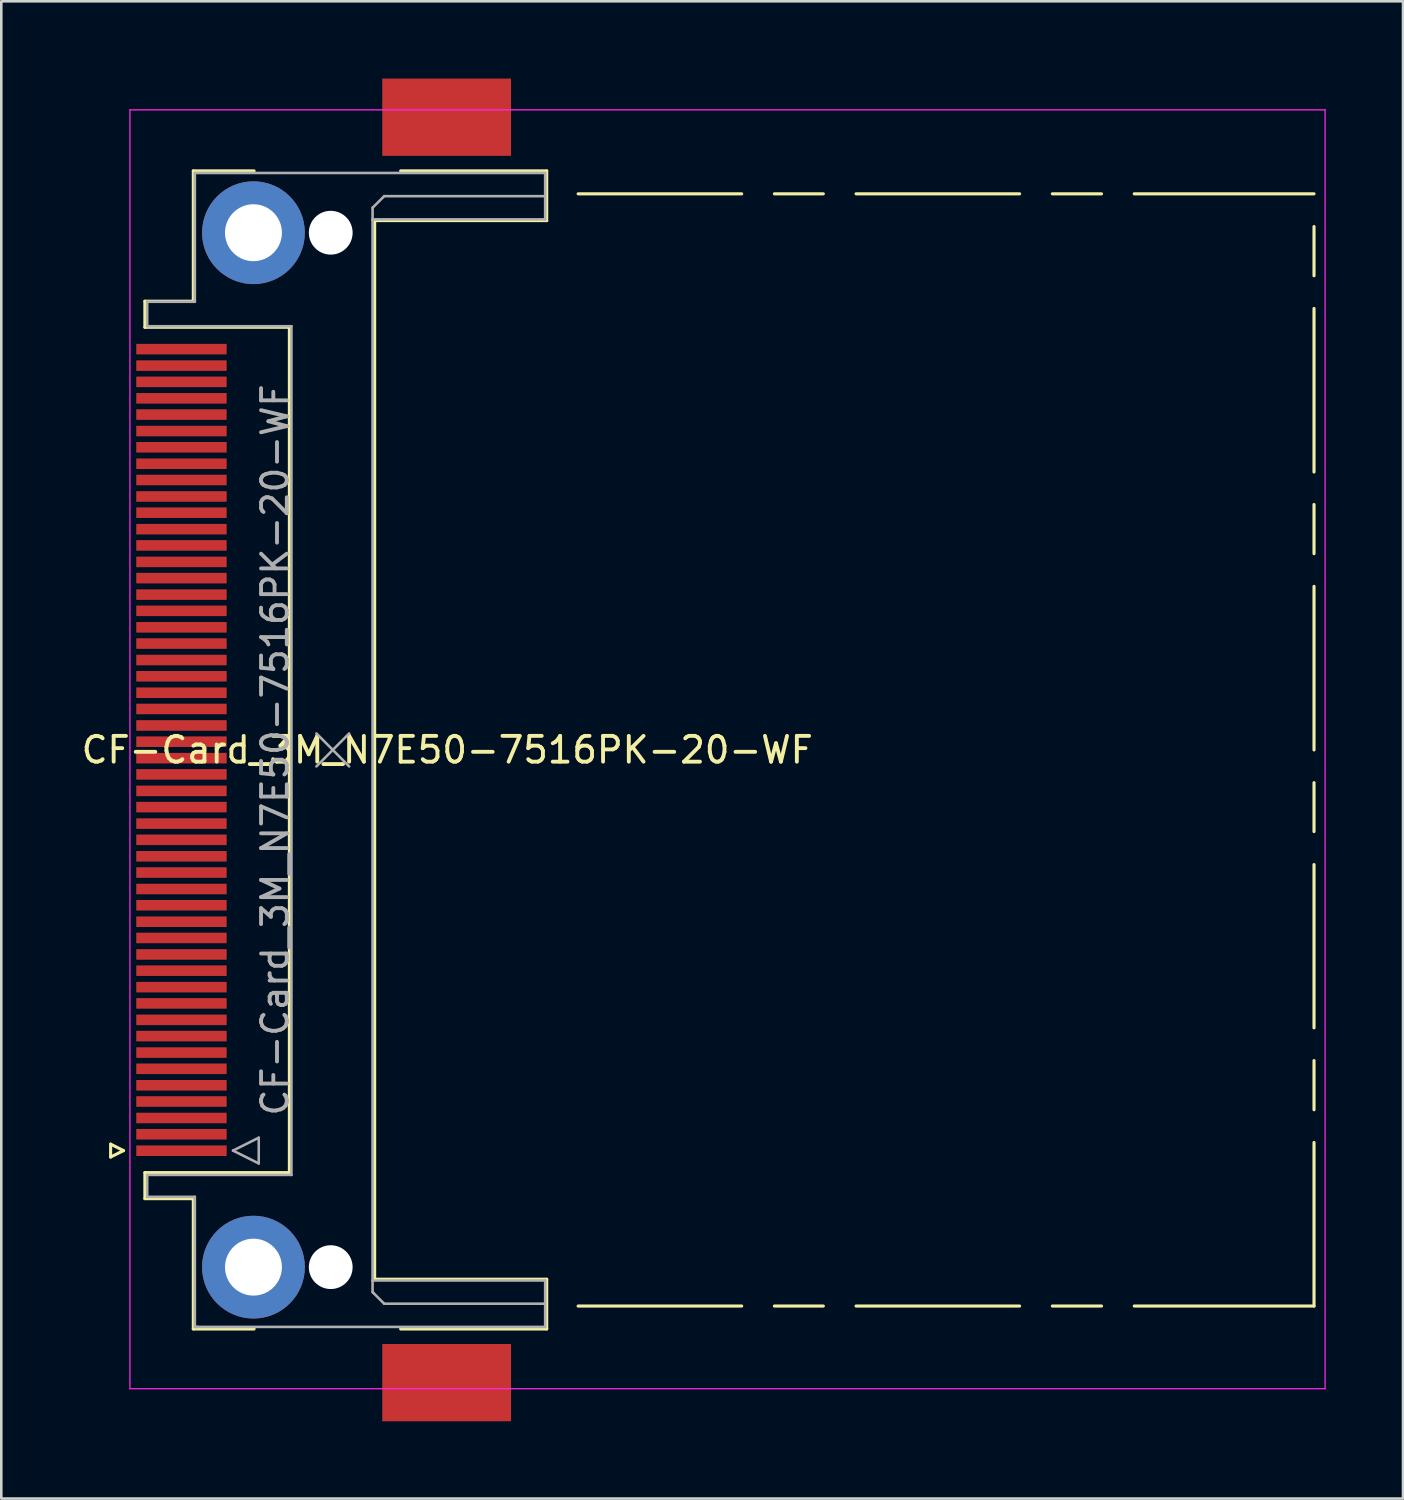
<source format=kicad_pcb>
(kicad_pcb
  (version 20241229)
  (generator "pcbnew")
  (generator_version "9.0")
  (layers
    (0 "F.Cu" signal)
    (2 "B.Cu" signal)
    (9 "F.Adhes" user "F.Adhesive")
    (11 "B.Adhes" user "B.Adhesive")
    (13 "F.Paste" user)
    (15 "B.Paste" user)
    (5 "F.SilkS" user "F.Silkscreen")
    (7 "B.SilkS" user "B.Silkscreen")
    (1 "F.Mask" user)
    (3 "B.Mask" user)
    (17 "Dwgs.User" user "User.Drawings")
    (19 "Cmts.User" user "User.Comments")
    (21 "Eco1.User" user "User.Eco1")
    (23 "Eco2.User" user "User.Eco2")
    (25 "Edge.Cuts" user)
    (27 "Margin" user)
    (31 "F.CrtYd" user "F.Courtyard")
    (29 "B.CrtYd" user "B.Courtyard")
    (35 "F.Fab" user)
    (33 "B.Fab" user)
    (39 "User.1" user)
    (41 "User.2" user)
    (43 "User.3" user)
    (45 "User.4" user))
  (footprint "CF-Card_3M_N7E50-7516PK-20-WF"
    (layer "F.Cu")
    (at 7.095 26.065)
    (property "Reference" "CF-Card_3M_N7E50-7516PK-20-WF" (at 7.22 0 180) (layer "F.SilkS") (effects (font (size 1 1) (thickness 0.15))))
    (attr smd)
    (fp_line (start -5.85 15.305) (end -5.85 15.805) (stroke (width 0.12) (type solid)) (layer "F.SilkS"))
    (fp_line (start -5.85 15.805) (end -5.35 15.555) (stroke (width 0.12) (type solid)) (layer "F.SilkS"))
    (fp_line (start -5.35 15.555) (end -5.85 15.305) (stroke (width 0.12) (type solid)) (layer "F.SilkS"))
    (fp_line (start -4.52 -17.42) (end -2.64 -17.42) (stroke (width 0.12) (type solid)) (layer "F.SilkS"))
    (fp_line (start -4.52 -16.41) (end -4.52 -17.42) (stroke (width 0.12) (type solid)) (layer "F.SilkS"))
    (fp_line (start -4.52 16.41) (end 1.09 16.41) (stroke (width 0.12) (type solid)) (layer "F.SilkS"))
    (fp_line (start -4.52 17.42) (end -4.52 16.41) (stroke (width 0.12) (type solid)) (layer "F.SilkS"))
    (fp_line (start -2.64 -22.48) (end -0.28 -22.48) (stroke (width 0.12) (type solid)) (layer "F.SilkS"))
    (fp_line (start -2.64 -17.42) (end -2.64 -22.48) (stroke (width 0.12) (type solid)) (layer "F.SilkS"))
    (fp_line (start -2.64 17.42) (end -4.52 17.42) (stroke (width 0.12) (type solid)) (layer "F.SilkS"))
    (fp_line (start -2.64 22.48) (end -2.64 17.42) (stroke (width 0.12) (type solid)) (layer "F.SilkS"))
    (fp_line (start -0.28 22.48) (end -2.64 22.48) (stroke (width 0.12) (type solid)) (layer "F.SilkS"))
    (fp_line (start 1.09 -16.41) (end -4.52 -16.41) (stroke (width 0.12) (type solid)) (layer "F.SilkS"))
    (fp_line (start 1.09 16.41) (end 1.09 -16.41) (stroke (width 0.12) (type solid)) (layer "F.SilkS"))
    (fp_line (start 4.4 -20.55) (end 11.08 -20.55) (stroke (width 0.12) (type solid)) (layer "F.SilkS"))
    (fp_line (start 4.4 20.55) (end 4.4 -20.55) (stroke (width 0.12) (type solid)) (layer "F.SilkS"))
    (fp_line (start 5.41 22.48) (end 11.08 22.48) (stroke (width 0.12) (type solid)) (layer "F.SilkS"))
    (fp_line (start 11.08 -22.48) (end 5.41 -22.48) (stroke (width 0.12) (type solid)) (layer "F.SilkS"))
    (fp_line (start 11.08 -20.55) (end 11.08 -22.48) (stroke (width 0.12) (type solid)) (layer "F.SilkS"))
    (fp_line (start 11.08 20.55) (end 4.4 20.55) (stroke (width 0.12) (type solid)) (layer "F.SilkS"))
    (fp_line (start 11.08 22.48) (end 11.08 20.55) (stroke (width 0.12) (type solid)) (layer "F.SilkS"))
    (fp_line (start 12.3 -21.59) (end 18.65 -21.59) (stroke (width 0.12) (type solid)) (layer "F.SilkS"))
    (fp_line (start 12.3 21.59) (end 18.65 21.59) (stroke (width 0.12) (type solid)) (layer "F.SilkS"))
    (fp_line (start 19.92 -21.59) (end 21.82 -21.59) (stroke (width 0.12) (type solid)) (layer "F.SilkS"))
    (fp_line (start 19.92 21.59) (end 21.82 21.59) (stroke (width 0.12) (type solid)) (layer "F.SilkS"))
    (fp_line (start 23.09 -21.59) (end 29.44 -21.59) (stroke (width 0.12) (type solid)) (layer "F.SilkS"))
    (fp_line (start 23.09 21.59) (end 29.44 21.59) (stroke (width 0.12) (type solid)) (layer "F.SilkS"))
    (fp_line (start 30.71 -21.59) (end 32.62 -21.59) (stroke (width 0.12) (type solid)) (layer "F.SilkS"))
    (fp_line (start 30.71 21.59) (end 32.62 21.59) (stroke (width 0.12) (type solid)) (layer "F.SilkS"))
    (fp_line (start 33.89 -21.59) (end 40.87 -21.59) (stroke (width 0.12) (type solid)) (layer "F.SilkS"))
    (fp_line (start 33.89 21.59) (end 40.87 21.59) (stroke (width 0.12) (type solid)) (layer "F.SilkS"))
    (fp_line (start 40.87 -18.41) (end 40.87 -20.32) (stroke (width 0.12) (type solid)) (layer "F.SilkS"))
    (fp_line (start 40.87 -10.79) (end 40.87 -17.14) (stroke (width 0.12) (type solid)) (layer "F.SilkS"))
    (fp_line (start 40.87 -7.62) (end 40.87 -9.53) (stroke (width 0.12) (type solid)) (layer "F.SilkS"))
    (fp_line (start 40.87 0) (end 40.87 -6.35) (stroke (width 0.12) (type solid)) (layer "F.SilkS"))
    (fp_line (start 40.87 3.17) (end 40.87 1.27) (stroke (width 0.12) (type solid)) (layer "F.SilkS"))
    (fp_line (start 40.87 10.79) (end 40.87 4.45) (stroke (width 0.12) (type solid)) (layer "F.SilkS"))
    (fp_line (start 40.87 13.97) (end 40.87 12.06) (stroke (width 0.12) (type solid)) (layer "F.SilkS"))
    (fp_line (start 40.87 21.59) (end 40.87 15.24) (stroke (width 0.12) (type solid)) (layer "F.SilkS"))
    (fp_line (start -5.1 -24.85) (end 41.3 -24.85) (stroke (width 0.05) (type solid)) (layer "F.CrtYd"))
    (fp_line (start -5.1 24.8) (end -5.1 -24.85) (stroke (width 0.05) (type solid)) (layer "F.CrtYd"))
    (fp_line (start -5.1 24.8) (end 41.3 24.8) (stroke (width 0.05) (type solid)) (layer "F.CrtYd"))
    (fp_line (start 41.3 24.8) (end 41.3 -24.85) (stroke (width 0.05) (type solid)) (layer "F.CrtYd"))
    (fp_line (start -4.43 -17.4) (end -4.43 -16.45) (stroke (width 0.1) (type solid)) (layer "F.Fab"))
    (fp_line (start -4.43 -16.45) (end 1.17 -16.45) (stroke (width 0.1) (type solid)) (layer "F.Fab"))
    (fp_line (start -4.43 16.5) (end -4.43 17.35) (stroke (width 0.1) (type solid)) (layer "F.Fab"))
    (fp_line (start -4.43 17.35) (end -2.58 17.35) (stroke (width 0.1) (type solid)) (layer "F.Fab"))
    (fp_line (start -2.58 -22.4) (end -2.58 -17.4) (stroke (width 0.1) (type solid)) (layer "F.Fab"))
    (fp_line (start -2.58 -17.4) (end -4.43 -17.4) (stroke (width 0.1) (type solid)) (layer "F.Fab"))
    (fp_line (start -2.58 17.35) (end -2.58 22.4) (stroke (width 0.1) (type solid)) (layer "F.Fab"))
    (fp_line (start -2.58 22.4) (end -2.48 22.4) (stroke (width 0.1) (type solid)) (layer "F.Fab"))
    (fp_line (start -2.53 22.4) (end 11.02 22.4) (stroke (width 0.1) (type solid)) (layer "F.Fab"))
    (fp_line (start -1.1 15.555) (end -0.1 16.055) (stroke (width 0.1) (type solid)) (layer "F.Fab"))
    (fp_line (start -0.1 15.055) (end -1.1 15.555) (stroke (width 0.1) (type solid)) (layer "F.Fab"))
    (fp_line (start -0.1 16.055) (end -0.1 15.055) (stroke (width 0.1) (type solid)) (layer "F.Fab"))
    (fp_line (start 1.17 -16.45) (end 1.17 16.5) (stroke (width 0.1) (type solid)) (layer "F.Fab"))
    (fp_line (start 1.17 16.5) (end -4.43 16.5) (stroke (width 0.1) (type solid)) (layer "F.Fab"))
    (fp_line (start 2.14 -0.64) (end 3.41 0.64) (stroke (width 0.1) (type solid)) (layer "F.Fab"))
    (fp_line (start 2.14 0.64) (end 3.41 -0.64) (stroke (width 0.1) (type solid)) (layer "F.Fab"))
    (fp_line (start 4.32 -21.05) (end 4.32 -20.55) (stroke (width 0.1) (type solid)) (layer "F.Fab"))
    (fp_line (start 4.32 -20.6) (end 11.02 -20.6) (stroke (width 0.1) (type solid)) (layer "F.Fab"))
    (fp_line (start 4.32 20.6) (end 4.32 -20.6) (stroke (width 0.1) (type solid)) (layer "F.Fab"))
    (fp_line (start 4.32 21.05) (end 4.32 20.6) (stroke (width 0.1) (type solid)) (layer "F.Fab"))
    (fp_line (start 4.37 21.1) (end 4.32 21.05) (stroke (width 0.1) (type solid)) (layer "F.Fab"))
    (fp_line (start 4.77 -21.5) (end 4.32 -21.05) (stroke (width 0.1) (type solid)) (layer "F.Fab"))
    (fp_line (start 4.77 21.5) (end 4.37 21.1) (stroke (width 0.1) (type solid)) (layer "F.Fab"))
    (fp_line (start 11.02 -22.4) (end -2.58 -22.4) (stroke (width 0.1) (type solid)) (layer "F.Fab"))
    (fp_line (start 11.02 -21.5) (end 4.77 -21.5) (stroke (width 0.1) (type solid)) (layer "F.Fab"))
    (fp_line (start 11.02 -20.6) (end 11.02 -22.4) (stroke (width 0.1) (type solid)) (layer "F.Fab"))
    (fp_line (start 11.02 20.6) (end 4.32 20.6) (stroke (width 0.1) (type solid)) (layer "F.Fab"))
    (fp_line (start 11.02 21.5) (end 4.77 21.5) (stroke (width 0.1) (type solid)) (layer "F.Fab"))
    (fp_line (start 11.02 22.4) (end 11.02 20.6) (stroke (width 0.1) (type solid)) (layer "F.Fab"))
    (fp_text user "${REFERENCE}" (at 0.535 0 90) (layer "F.Fab") (effects (font (size 1 1) (thickness 0.15))))
    (pad "" np_thru_hole circle (at -0.305 -20.08 90) (size 3.99 3.99) (drill 2.21) (layers "*.Cu" "*.Mask"))
    (pad "" np_thru_hole circle (at -0.305 20.08 90) (size 3.99 3.99) (drill 2.21) (layers "*.Cu" "*.Mask"))
    (pad "" np_thru_hole circle (at 2.695 -20.08 90) (size 1.7 1.7) (drill 1.7) (layers "*.Cu" "*.Mask"))
    (pad "" np_thru_hole circle (at 2.695 20.08 90) (size 1.7 1.7) (drill 1.7) (layers "*.Cu" "*.Mask"))
    (pad "" smd rect (at 7.195 -24.565 90) (size 3 5) (layers "F.Cu" "F.Mask" "F.Paste"))
    (pad "" smd rect (at 7.195 24.565 90) (size 3 5) (layers "F.Cu" "F.Mask" "F.Paste"))
    (pad "1" smd rect (at -3.1 15.56 90) (size 0.41 3.51) (layers "F.Cu" "F.Mask" "F.Paste"))
    (pad "2" smd rect (at -3.1 14.29 90) (size 0.41 3.51) (layers "F.Cu" "F.Mask" "F.Paste"))
    (pad "3" smd rect (at -3.1 13.02 90) (size 0.41 3.51) (layers "F.Cu" "F.Mask" "F.Paste"))
    (pad "4" smd rect (at -3.1 11.75 90) (size 0.41 3.51) (layers "F.Cu" "F.Mask" "F.Paste"))
    (pad "5" smd rect (at -3.1 10.48 90) (size 0.41 3.51) (layers "F.Cu" "F.Mask" "F.Paste"))
    (pad "6" smd rect (at -3.1 9.21 90) (size 0.41 3.51) (layers "F.Cu" "F.Mask" "F.Paste"))
    (pad "7" smd rect (at -3.1 7.94 90) (size 0.41 3.51) (layers "F.Cu" "F.Mask" "F.Paste"))
    (pad "8" smd rect (at -3.1 6.67 90) (size 0.41 3.51) (layers "F.Cu" "F.Mask" "F.Paste"))
    (pad "9" smd rect (at -3.1 5.4 90) (size 0.41 3.51) (layers "F.Cu" "F.Mask" "F.Paste"))
    (pad "10" smd rect (at -3.1 4.13 90) (size 0.41 3.51) (layers "F.Cu" "F.Mask" "F.Paste"))
    (pad "11" smd rect (at -3.1 2.86 90) (size 0.41 3.51) (layers "F.Cu" "F.Mask" "F.Paste"))
    (pad "12" smd rect (at -3.1 1.59 90) (size 0.41 3.51) (layers "F.Cu" "F.Mask" "F.Paste"))
    (pad "13" smd rect (at -3.1 0.32 90) (size 0.41 3.51) (layers "F.Cu" "F.Mask" "F.Paste"))
    (pad "14" smd rect (at -3.1 -0.95 90) (size 0.41 3.51) (layers "F.Cu" "F.Mask" "F.Paste"))
    (pad "15" smd rect (at -3.1 -2.22 90) (size 0.41 3.51) (layers "F.Cu" "F.Mask" "F.Paste"))
    (pad "16" smd rect (at -3.1 -3.49 90) (size 0.41 3.51) (layers "F.Cu" "F.Mask" "F.Paste"))
    (pad "17" smd rect (at -3.1 -4.76 90) (size 0.41 3.51) (layers "F.Cu" "F.Mask" "F.Paste"))
    (pad "18" smd rect (at -3.1 -6.03 90) (size 0.41 3.51) (layers "F.Cu" "F.Mask" "F.Paste"))
    (pad "19" smd rect (at -3.1 -7.3 90) (size 0.41 3.51) (layers "F.Cu" "F.Mask" "F.Paste"))
    (pad "20" smd rect (at -3.1 -8.57 90) (size 0.41 3.51) (layers "F.Cu" "F.Mask" "F.Paste"))
    (pad "21" smd rect (at -3.1 -9.84 90) (size 0.41 3.51) (layers "F.Cu" "F.Mask" "F.Paste"))
    (pad "22" smd rect (at -3.1 -11.11 90) (size 0.41 3.51) (layers "F.Cu" "F.Mask" "F.Paste"))
    (pad "23" smd rect (at -3.1 -12.38 90) (size 0.41 3.51) (layers "F.Cu" "F.Mask" "F.Paste"))
    (pad "24" smd rect (at -3.1 -13.65 90) (size 0.41 3.51) (layers "F.Cu" "F.Mask" "F.Paste"))
    (pad "25" smd rect (at -3.1 -14.92 90) (size 0.41 3.51) (layers "F.Cu" "F.Mask" "F.Paste"))
    (pad "26" smd rect (at -3.1 14.92 90) (size 0.41 3.51) (layers "F.Cu" "F.Mask" "F.Paste"))
    (pad "27" smd rect (at -3.1 13.65 90) (size 0.41 3.51) (layers "F.Cu" "F.Mask" "F.Paste"))
    (pad "28" smd rect (at -3.1 12.38 90) (size 0.41 3.51) (layers "F.Cu" "F.Mask" "F.Paste"))
    (pad "29" smd rect (at -3.1 11.11 90) (size 0.41 3.51) (layers "F.Cu" "F.Mask" "F.Paste"))
    (pad "30" smd rect (at -3.1 9.84 90) (size 0.41 3.51) (layers "F.Cu" "F.Mask" "F.Paste"))
    (pad "31" smd rect (at -3.1 8.57 90) (size 0.41 3.51) (layers "F.Cu" "F.Mask" "F.Paste"))
    (pad "32" smd rect (at -3.1 7.3 90) (size 0.41 3.51) (layers "F.Cu" "F.Mask" "F.Paste"))
    (pad "33" smd rect (at -3.1 6.03 90) (size 0.41 3.51) (layers "F.Cu" "F.Mask" "F.Paste"))
    (pad "34" smd rect (at -3.1 4.76 90) (size 0.41 3.51) (layers "F.Cu" "F.Mask" "F.Paste"))
    (pad "35" smd rect (at -3.1 3.49 90) (size 0.41 3.51) (layers "F.Cu" "F.Mask" "F.Paste"))
    (pad "36" smd rect (at -3.1 2.22 90) (size 0.41 3.51) (layers "F.Cu" "F.Mask" "F.Paste"))
    (pad "37" smd rect (at -3.1 0.95 90) (size 0.41 3.51) (layers "F.Cu" "F.Mask" "F.Paste"))
    (pad "38" smd rect (at -3.1 -0.32 90) (size 0.41 3.51) (layers "F.Cu" "F.Mask" "F.Paste"))
    (pad "39" smd rect (at -3.1 -1.59 90) (size 0.41 3.51) (layers "F.Cu" "F.Mask" "F.Paste"))
    (pad "40" smd rect (at -3.1 -2.86 90) (size 0.41 3.51) (layers "F.Cu" "F.Mask" "F.Paste"))
    (pad "41" smd rect (at -3.1 -4.13 90) (size 0.41 3.51) (layers "F.Cu" "F.Mask" "F.Paste"))
    (pad "42" smd rect (at -3.1 -5.4 90) (size 0.41 3.51) (layers "F.Cu" "F.Mask" "F.Paste"))
    (pad "43" smd rect (at -3.1 -6.67 90) (size 0.41 3.51) (layers "F.Cu" "F.Mask" "F.Paste"))
    (pad "44" smd rect (at -3.1 -7.94 90) (size 0.41 3.51) (layers "F.Cu" "F.Mask" "F.Paste"))
    (pad "45" smd rect (at -3.1 -9.21 90) (size 0.41 3.51) (layers "F.Cu" "F.Mask" "F.Paste"))
    (pad "46" smd rect (at -3.1 -10.48 90) (size 0.41 3.51) (layers "F.Cu" "F.Mask" "F.Paste"))
    (pad "47" smd rect (at -3.1 -11.75 90) (size 0.41 3.51) (layers "F.Cu" "F.Mask" "F.Paste"))
    (pad "48" smd rect (at -3.1 -13.02 90) (size 0.41 3.51) (layers "F.Cu" "F.Mask" "F.Paste"))
    (pad "49" smd rect (at -3.1 -14.29 90) (size 0.41 3.51) (layers "F.Cu" "F.Mask" "F.Paste"))
    (pad "50" smd rect (at -3.1 -15.56 90) (size 0.41 3.51) (layers "F.Cu" "F.Mask" "F.Paste")))
  (gr_rect
    (start -3 -3)
    (end 51.42 55.13)
    (stroke (width 0.1) (type default))
    (fill no)
    (layer "Edge.Cuts")))
</source>
